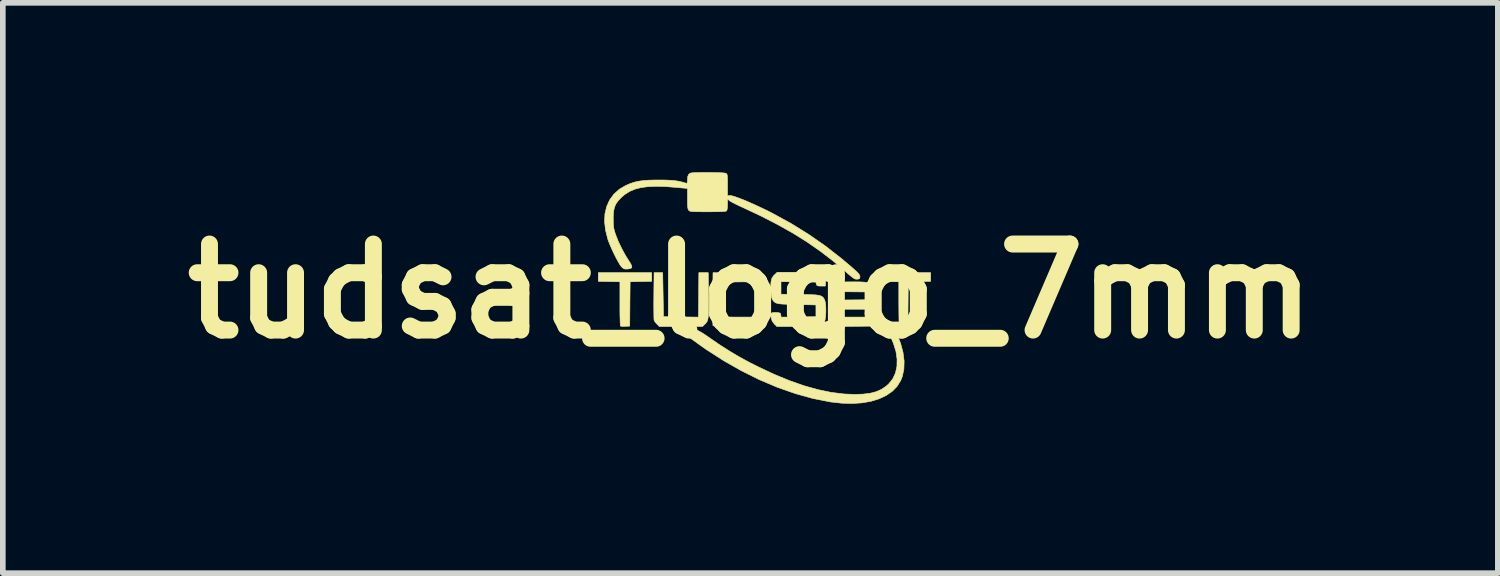
<source format=kicad_pcb>
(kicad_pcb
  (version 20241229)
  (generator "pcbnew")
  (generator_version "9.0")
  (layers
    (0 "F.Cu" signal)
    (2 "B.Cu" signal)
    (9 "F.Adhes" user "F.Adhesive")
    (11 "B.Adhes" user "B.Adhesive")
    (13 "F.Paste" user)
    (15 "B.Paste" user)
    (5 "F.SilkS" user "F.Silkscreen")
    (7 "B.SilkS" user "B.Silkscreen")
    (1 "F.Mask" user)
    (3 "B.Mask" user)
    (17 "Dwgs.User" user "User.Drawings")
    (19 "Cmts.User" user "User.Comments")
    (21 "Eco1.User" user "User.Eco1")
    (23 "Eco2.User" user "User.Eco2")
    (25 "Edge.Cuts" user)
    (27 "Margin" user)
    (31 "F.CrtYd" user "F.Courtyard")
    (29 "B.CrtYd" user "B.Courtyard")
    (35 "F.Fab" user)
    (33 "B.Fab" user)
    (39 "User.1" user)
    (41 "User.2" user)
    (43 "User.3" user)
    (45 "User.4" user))
  (footprint "tudsat_logo_7mm"
    (layer "F.Cu")
    (at 10.24 2.107)
    (property "Reference" "tudsat_logo_7mm" (at 0 0 0) (layer "F.SilkS") (effects (font (size 1.524 1.524) (thickness 0.3))))
    (attr through_hole)
    (fp_poly (pts (xy -1.747 -0.174) (xy -2.129 -0.166) (xy -2.133 0.227) (xy -2.136 0.619) (xy -2.213 0.623) (xy -2.258 0.624) (xy -2.29 0.621) (xy -2.3 0.618) (xy -2.303 0.602) (xy -2.305 0.561) (xy -2.307 0.501) (xy -2.309 0.423) (xy -2.31 0.332) (xy -2.31 0.232) (xy -2.31 0.221) (xy -2.31 -0.166) (xy -2.502 -0.17) (xy -2.693 -0.174) (xy -2.693 -0.327) (xy -1.747 -0.327) (xy -1.747 -0.174)) (stroke (width 0.01) (type solid)) (fill yes) (layer "F.SilkS"))
    (fp_poly (pts (xy 3.194 -0.174) (xy 2.798 -0.166) (xy 2.794 0.227) (xy 2.791 0.619) (xy 2.72 0.623) (xy 2.678 0.624) (xy 2.648 0.621) (xy 2.64 0.618) (xy 2.638 0.602) (xy 2.635 0.562) (xy 2.633 0.501) (xy 2.632 0.423) (xy 2.631 0.332) (xy 2.63 0.232) (xy 2.63 0.221) (xy 2.63 -0.166) (xy 2.432 -0.17) (xy 2.234 -0.174) (xy 2.234 -0.327) (xy 3.194 -0.327) (xy 3.194 -0.174)) (stroke (width 0.01) (type solid)) (fill yes) (layer "F.SilkS"))
    (fp_poly (pts (xy -1.545 0.063) (xy -1.538 0.452) (xy -1.228 0.456) (xy -0.919 0.46) (xy -0.915 0.066) (xy -0.912 -0.327) (xy -0.745 -0.327) (xy -0.74 0.042) (xy -0.739 0.17) (xy -0.739 0.273) (xy -0.74 0.355) (xy -0.742 0.419) (xy -0.747 0.467) (xy -0.754 0.504) (xy -0.763 0.531) (xy -0.776 0.553) (xy -0.792 0.572) (xy -0.8 0.58) (xy -0.846 0.626) (xy -1.612 0.626) (xy -1.655 0.583) (xy -1.684 0.55) (xy -1.703 0.518) (xy -1.705 0.51) (xy -1.707 0.489) (xy -1.708 0.444) (xy -1.709 0.378) (xy -1.71 0.296) (xy -1.71 0.202) (xy -1.709 0.098) (xy -1.709 0.077) (xy -1.705 -0.327) (xy -1.552 -0.327) (xy -1.545 0.063)) (stroke (width 0.01) (type solid)) (fill yes) (layer "F.SilkS"))
    (fp_poly (pts (xy 1.931 -0.164) (xy 2.001 -0.161) (xy 2.054 -0.156) (xy 2.094 -0.147) (xy 2.123 -0.133) (xy 2.147 -0.115) (xy 2.168 -0.092) (xy 2.177 -0.079) (xy 2.186 -0.065) (xy 2.193 -0.049) (xy 2.198 -0.027) (xy 2.202 0.004) (xy 2.204 0.049) (xy 2.205 0.11) (xy 2.206 0.192) (xy 2.206 0.29) (xy 2.206 0.619) (xy 1.501 0.627) (xy 1.455 0.58) (xy 1.428 0.548) (xy 1.409 0.51) (xy 1.398 0.462) (xy 1.393 0.397) (xy 1.394 0.32) (xy 1.573 0.32) (xy 1.573 0.459) (xy 2.032 0.459) (xy 2.032 0.32) (xy 1.573 0.32) (xy 1.394 0.32) (xy 1.394 0.312) (xy 1.394 0.285) (xy 1.399 0.16) (xy 1.715 0.156) (xy 2.032 0.153) (xy 2.032 0.014) (xy 1.715 0.011) (xy 1.399 0.007) (xy 1.399 -0.16) (xy 1.726 -0.164) (xy 1.841 -0.165) (xy 1.931 -0.164)) (stroke (width 0.01) (type solid)) (fill yes) (layer "F.SilkS"))
    (fp_poly (pts (xy 0.241 -0.287) (xy 0.282 -0.231) (xy 0.297 -0.186) (xy 0.301 -0.148) (xy 0.303 -0.09) (xy 0.305 -0.016) (xy 0.306 0.068) (xy 0.306 0.158) (xy 0.305 0.247) (xy 0.303 0.331) (xy 0.3 0.404) (xy 0.297 0.462) (xy 0.293 0.498) (xy 0.292 0.504) (xy 0.271 0.548) (xy 0.239 0.587) (xy 0.235 0.591) (xy 0.193 0.626) (xy -0.231 0.626) (xy -0.357 0.626) (xy -0.458 0.625) (xy -0.535 0.624) (xy -0.592 0.621) (xy -0.631 0.618) (xy -0.653 0.614) (xy -0.662 0.609) (xy -0.662 0.609) (xy -0.663 0.591) (xy -0.664 0.549) (xy -0.665 0.486) (xy -0.666 0.405) (xy -0.666 0.31) (xy -0.666 0.299) (xy -0.499 0.299) (xy -0.498 0.365) (xy -0.497 0.413) (xy -0.495 0.439) (xy -0.495 0.442) (xy -0.486 0.448) (xy -0.463 0.452) (xy -0.423 0.456) (xy -0.363 0.458) (xy -0.281 0.459) (xy -0.181 0.459) (xy 0.125 0.459) (xy 0.125 -0.168) (xy -0.184 -0.164) (xy -0.494 -0.16) (xy -0.498 0.132) (xy -0.499 0.22) (xy -0.499 0.299) (xy -0.666 0.299) (xy -0.665 0.204) (xy -0.665 0.132) (xy -0.661 -0.327) (xy -0.234 -0.331) (xy 0.194 -0.334) (xy 0.241 -0.287)) (stroke (width 0.01) (type solid)) (fill yes) (layer "F.SilkS"))
    (fp_poly (pts (xy 2.533 0.653) (xy 2.56 0.686) (xy 2.59 0.745) (xy 2.591 0.748) (xy 2.66 0.92) (xy 2.704 1.083) (xy 2.724 1.237) (xy 2.72 1.38) (xy 2.692 1.511) (xy 2.663 1.584) (xy 2.6 1.686) (xy 2.514 1.774) (xy 2.406 1.848) (xy 2.28 1.907) (xy 2.136 1.951) (xy 1.976 1.979) (xy 1.801 1.99) (xy 1.614 1.984) (xy 1.416 1.962) (xy 1.413 1.961) (xy 1.108 1.901) (xy 0.796 1.814) (xy 0.481 1.704) (xy 0.162 1.569) (xy -0.156 1.411) (xy -0.473 1.231) (xy -0.786 1.03) (xy -1.055 0.838) (xy -1.12 0.788) (xy -1.165 0.751) (xy -1.193 0.724) (xy -1.206 0.704) (xy -1.208 0.69) (xy -1.202 0.674) (xy -1.187 0.664) (xy -1.154 0.659) (xy -1.119 0.657) (xy -1.065 0.657) (xy -1.013 0.665) (xy -0.96 0.683) (xy -0.9 0.712) (xy -0.829 0.754) (xy -0.743 0.812) (xy -0.714 0.833) (xy -0.536 0.955) (xy -0.368 1.062) (xy -0.202 1.161) (xy -0.028 1.256) (xy 0.132 1.337) (xy 0.419 1.472) (xy 0.691 1.584) (xy 0.95 1.675) (xy 1.196 1.744) (xy 1.431 1.793) (xy 1.657 1.821) (xy 1.844 1.829) (xy 1.994 1.824) (xy 2.121 1.809) (xy 2.229 1.781) (xy 2.323 1.739) (xy 2.406 1.683) (xy 2.455 1.639) (xy 2.525 1.55) (xy 2.572 1.446) (xy 2.597 1.33) (xy 2.599 1.203) (xy 2.579 1.067) (xy 2.535 0.925) (xy 2.505 0.853) (xy 2.476 0.776) (xy 2.465 0.715) (xy 2.471 0.671) (xy 2.484 0.654) (xy 2.509 0.643) (xy 2.533 0.653)) (stroke (width 0.01) (type solid)) (fill yes) (layer "F.SilkS"))
    (fp_poly (pts (xy 1.283 -0.279) (xy 1.315 -0.245) (xy 1.33 -0.218) (xy 1.335 -0.187) (xy 1.333 -0.157) (xy 1.329 -0.09) (xy 1.253 -0.09) (xy 1.209 -0.092) (xy 1.185 -0.097) (xy 1.174 -0.111) (xy 1.169 -0.125) (xy 1.161 -0.16) (xy 0.543 -0.168) (xy 0.543 0.054) (xy 0.88 0.058) (xy 0.995 0.06) (xy 1.085 0.063) (xy 1.154 0.066) (xy 1.206 0.073) (xy 1.243 0.082) (xy 1.27 0.095) (xy 1.29 0.112) (xy 1.305 0.135) (xy 1.316 0.154) (xy 1.327 0.192) (xy 1.335 0.249) (xy 1.338 0.317) (xy 1.337 0.388) (xy 1.332 0.455) (xy 1.324 0.51) (xy 1.311 0.545) (xy 1.311 0.546) (xy 1.295 0.569) (xy 1.281 0.587) (xy 1.263 0.601) (xy 1.239 0.611) (xy 1.206 0.617) (xy 1.16 0.622) (xy 1.097 0.624) (xy 1.016 0.625) (xy 0.911 0.626) (xy 0.851 0.626) (xy 0.47 0.626) (xy 0.424 0.58) (xy 0.387 0.531) (xy 0.369 0.473) (xy 0.368 0.468) (xy 0.365 0.423) (xy 0.369 0.393) (xy 0.372 0.388) (xy 0.393 0.381) (xy 0.431 0.378) (xy 0.461 0.378) (xy 0.504 0.382) (xy 0.527 0.389) (xy 0.537 0.403) (xy 0.54 0.421) (xy 0.545 0.46) (xy 0.853 0.456) (xy 1.162 0.452) (xy 1.162 0.244) (xy 0.821 0.237) (xy 0.709 0.234) (xy 0.622 0.231) (xy 0.555 0.228) (xy 0.505 0.222) (xy 0.469 0.214) (xy 0.442 0.204) (xy 0.423 0.189) (xy 0.406 0.17) (xy 0.393 0.152) (xy 0.38 0.12) (xy 0.371 0.068) (xy 0.364 0.003) (xy 0.362 -0.067) (xy 0.364 -0.134) (xy 0.368 -0.176) (xy 0.383 -0.231) (xy 0.413 -0.275) (xy 0.427 -0.288) (xy 0.475 -0.334) (xy 1.228 -0.334) (xy 1.283 -0.279)) (stroke (width 0.01) (type solid)) (fill yes) (layer "F.SilkS"))
    (fp_poly (pts (xy -0.655 -2.101) (xy -0.568 -2.099) (xy -0.5 -2.096) (xy -0.453 -2.092) (xy -0.431 -2.087) (xy -0.42 -2.079) (xy -0.412 -2.066) (xy -0.408 -2.043) (xy -0.405 -2.004) (xy -0.404 -1.947) (xy -0.404 -1.88) (xy -0.404 -1.688) (xy -0.37 -1.694) (xy -0.339 -1.692) (xy -0.286 -1.678) (xy -0.215 -1.653) (xy -0.128 -1.62) (xy -0.029 -1.578) (xy 0.079 -1.53) (xy 0.193 -1.477) (xy 0.31 -1.421) (xy 0.403 -1.373) (xy 0.726 -1.196) (xy 1.031 -1.007) (xy 1.325 -0.803) (xy 1.614 -0.578) (xy 1.775 -0.442) (xy 1.839 -0.386) (xy 1.885 -0.344) (xy 1.915 -0.313) (xy 1.932 -0.289) (xy 1.94 -0.27) (xy 1.942 -0.257) (xy 1.938 -0.229) (xy 1.923 -0.216) (xy 1.893 -0.212) (xy 1.872 -0.212) (xy 1.851 -0.217) (xy 1.827 -0.231) (xy 1.794 -0.255) (xy 1.748 -0.293) (xy 1.691 -0.344) (xy 1.472 -0.53) (xy 1.245 -0.704) (xy 1.007 -0.87) (xy 0.754 -1.028) (xy 0.483 -1.18) (xy 0.191 -1.33) (xy -0.121 -1.477) (xy -0.196 -1.511) (xy -0.263 -1.544) (xy -0.319 -1.572) (xy -0.357 -1.594) (xy -0.372 -1.604) (xy -0.404 -1.633) (xy -0.404 -1.536) (xy -0.406 -1.481) (xy -0.413 -1.44) (xy -0.42 -1.422) (xy -0.436 -1.416) (xy -0.47 -1.412) (xy -0.526 -1.409) (xy -0.605 -1.407) (xy -0.708 -1.406) (xy -0.752 -1.406) (xy -0.855 -1.406) (xy -0.933 -1.407) (xy -0.99 -1.408) (xy -1.031 -1.411) (xy -1.058 -1.414) (xy -1.075 -1.42) (xy -1.086 -1.427) (xy -1.09 -1.431) (xy -1.1 -1.447) (xy -1.107 -1.471) (xy -1.111 -1.509) (xy -1.113 -1.565) (xy -1.113 -1.638) (xy -1.113 -1.819) (xy -1.319 -1.838) (xy -1.506 -1.853) (xy -1.669 -1.857) (xy -1.811 -1.851) (xy -1.934 -1.835) (xy -2.042 -1.807) (xy -2.136 -1.768) (xy -2.219 -1.716) (xy -2.282 -1.663) (xy -2.34 -1.602) (xy -2.381 -1.545) (xy -2.407 -1.484) (xy -2.422 -1.412) (xy -2.428 -1.323) (xy -2.428 -1.28) (xy -2.427 -1.204) (xy -2.423 -1.146) (xy -2.415 -1.097) (xy -2.401 -1.047) (xy -2.389 -1.009) (xy -2.342 -0.889) (xy -2.281 -0.761) (xy -2.213 -0.635) (xy -2.155 -0.543) (xy -2.118 -0.484) (xy -2.1 -0.443) (xy -2.1 -0.417) (xy -2.12 -0.401) (xy -2.16 -0.394) (xy -2.177 -0.392) (xy -2.22 -0.392) (xy -2.249 -0.402) (xy -2.277 -0.426) (xy -2.283 -0.432) (xy -2.308 -0.466) (xy -2.341 -0.521) (xy -2.378 -0.59) (xy -2.417 -0.668) (xy -2.455 -0.749) (xy -2.489 -0.827) (xy -2.517 -0.898) (xy -2.525 -0.923) (xy -2.565 -1.082) (xy -2.582 -1.232) (xy -2.575 -1.372) (xy -2.544 -1.501) (xy -2.491 -1.617) (xy -2.416 -1.719) (xy -2.32 -1.805) (xy -2.208 -1.871) (xy -2.132 -1.904) (xy -2.058 -1.929) (xy -1.98 -1.947) (xy -1.893 -1.959) (xy -1.792 -1.966) (xy -1.67 -1.969) (xy -1.621 -1.969) (xy -1.509 -1.968) (xy -1.419 -1.964) (xy -1.343 -1.958) (xy -1.275 -1.948) (xy -1.21 -1.933) (xy -1.14 -1.913) (xy -1.138 -1.912) (xy -1.123 -1.912) (xy -1.116 -1.925) (xy -1.114 -1.958) (xy -1.113 -1.975) (xy -1.109 -2.028) (xy -1.095 -2.063) (xy -1.086 -2.074) (xy -1.075 -2.083) (xy -1.061 -2.09) (xy -1.04 -2.095) (xy -1.008 -2.098) (xy -0.962 -2.1) (xy -0.898 -2.101) (xy -0.811 -2.102) (xy -0.758 -2.102) (xy -0.655 -2.101)) (stroke (width 0.01) (type solid)) (fill yes) (layer "F.SilkS")))
  (gr_rect
    (start -3 -3)
    (end 23.48 7.102)
    (stroke (width 0.1) (type default))
    (fill no)
    (layer "Edge.Cuts")))
</source>
